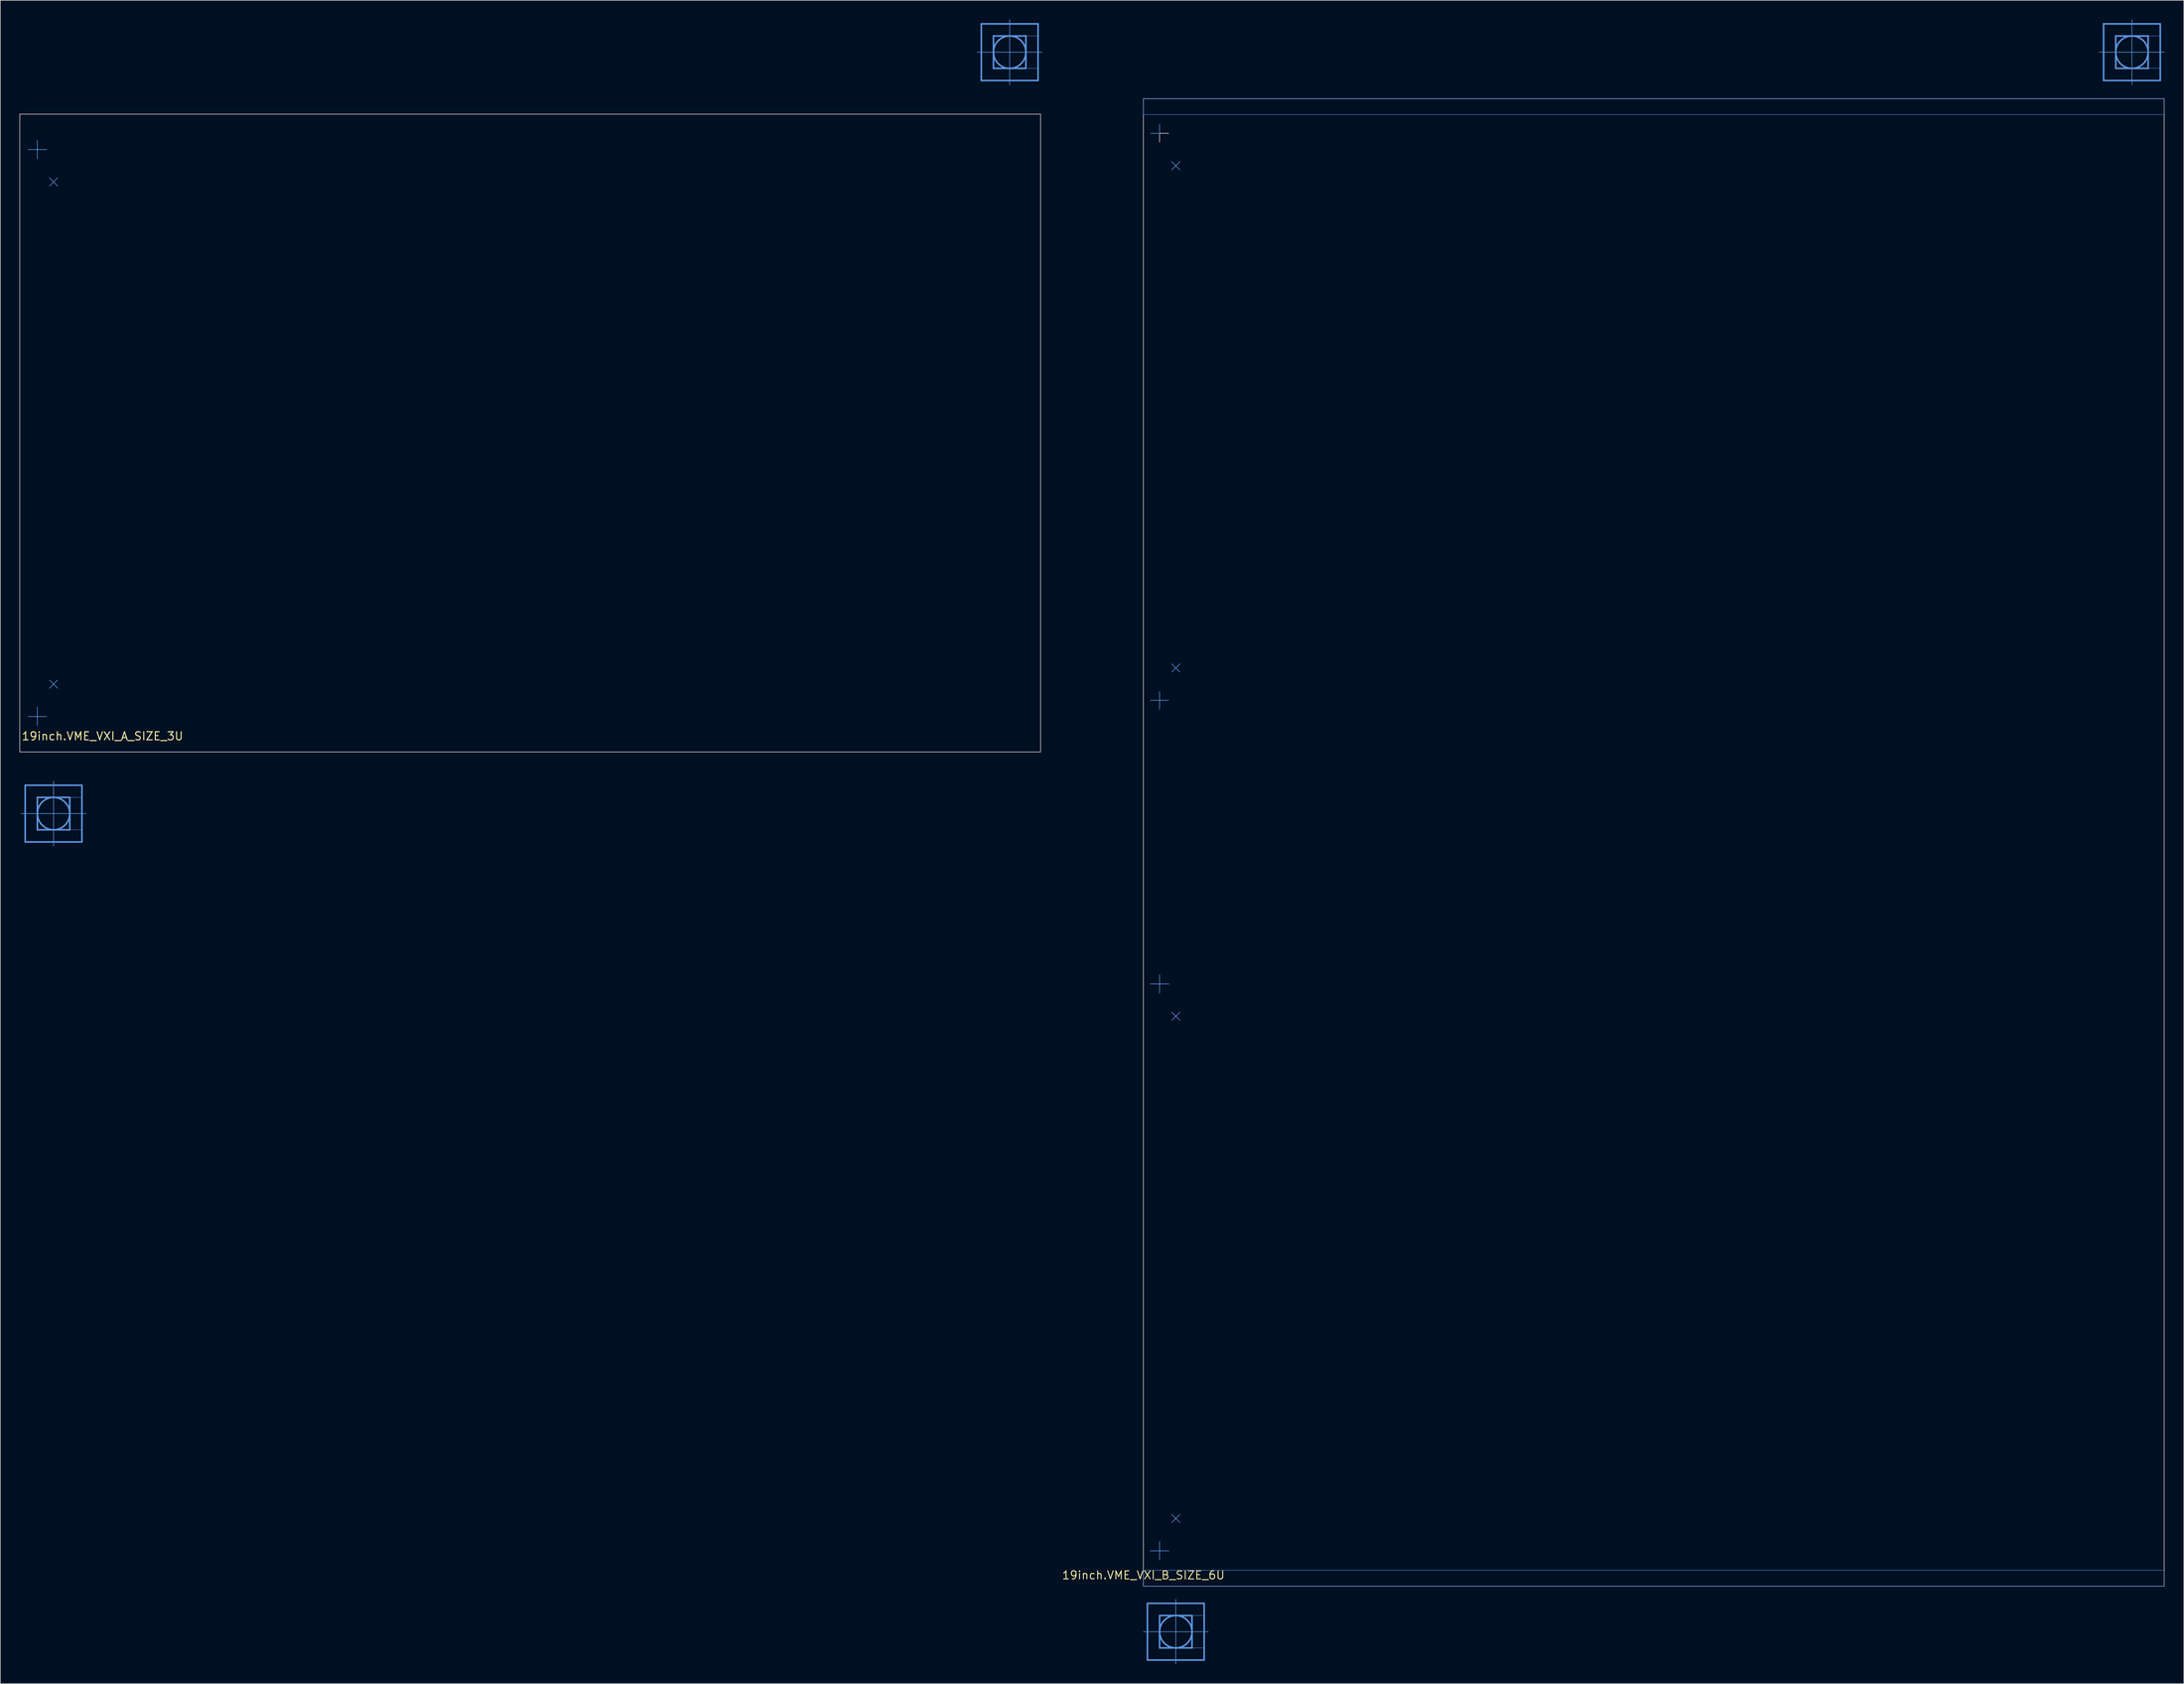
<source format=kicad_pcb>
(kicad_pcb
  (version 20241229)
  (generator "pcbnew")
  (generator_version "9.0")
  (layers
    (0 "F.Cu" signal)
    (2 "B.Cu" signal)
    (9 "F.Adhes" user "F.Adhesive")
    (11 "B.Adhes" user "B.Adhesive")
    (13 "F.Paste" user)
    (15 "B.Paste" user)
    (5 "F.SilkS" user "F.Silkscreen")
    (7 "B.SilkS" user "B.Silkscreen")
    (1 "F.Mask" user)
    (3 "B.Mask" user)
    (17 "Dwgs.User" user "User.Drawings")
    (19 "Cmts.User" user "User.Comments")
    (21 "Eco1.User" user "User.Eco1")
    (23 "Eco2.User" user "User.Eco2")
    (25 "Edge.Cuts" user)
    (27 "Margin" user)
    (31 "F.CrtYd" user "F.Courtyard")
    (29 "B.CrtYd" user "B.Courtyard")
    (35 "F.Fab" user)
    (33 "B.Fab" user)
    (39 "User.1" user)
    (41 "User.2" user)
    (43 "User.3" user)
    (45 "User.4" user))
  (footprint "19inch.VME_VXI_B_SIZE_6U"
    (layer "F.Cu")
    (at 176.164 243.916)
    (property "Reference" "19inch.VME_VXI_B_SIZE_6U" (at 0 0 0) (layer "F.SilkS") (effects (font (size 1.27 1.27) (thickness 0.15))))
    (fp_line (start 0 8.865) (end 0.635 8.865) (stroke (width 0.102) (type default)) (layer "Cmts.User"))
    (fp_line (start 0.635 4.42) (end 9.525 4.42) (stroke (width 0.254) (type default)) (layer "Cmts.User"))
    (fp_line (start 0.635 8.865) (end 0.635 4.42) (stroke (width 0.254) (type default)) (layer "Cmts.User"))
    (fp_line (start 0.635 8.865) (end 10.16 8.865) (stroke (width 0.102) (type default)) (layer "Cmts.User"))
    (fp_line (start 0.635 13.31) (end 0.635 8.865) (stroke (width 0.254) (type default)) (layer "Cmts.User"))
    (fp_line (start 2.534 -226.06) (end 1.137 -226.06) (stroke (width 0.1) (type default)) (layer "Cmts.User"))
    (fp_line (start 2.534 -226.06) (end 2.534 -227.457) (stroke (width 0.1) (type default)) (layer "Cmts.User"))
    (fp_line (start 2.534 -137.16) (end 1.137 -137.16) (stroke (width 0.1) (type default)) (layer "Cmts.User"))
    (fp_line (start 2.534 -137.16) (end 2.534 -138.557) (stroke (width 0.1) (type default)) (layer "Cmts.User"))
    (fp_line (start 2.534 -137.16) (end 2.534 -135.774) (stroke (width 0.1) (type default)) (layer "Cmts.User"))
    (fp_line (start 2.534 -137.16) (end 3.948 -137.16) (stroke (width 0.1) (type default)) (layer "Cmts.User"))
    (fp_line (start 2.534 -92.71) (end 1.087 -92.71) (stroke (width 0.1) (type default)) (layer "Cmts.User"))
    (fp_line (start 2.534 -92.71) (end 2.534 -94.157) (stroke (width 0.1) (type default)) (layer "Cmts.User"))
    (fp_line (start 2.534 -92.71) (end 2.534 -91.274) (stroke (width 0.1) (type default)) (layer "Cmts.User"))
    (fp_line (start 2.534 -92.71) (end 3.998 -92.71) (stroke (width 0.1) (type default)) (layer "Cmts.User"))
    (fp_line (start 2.534 -3.81) (end 1.087 -3.81) (stroke (width 0.1) (type default)) (layer "Cmts.User"))
    (fp_line (start 2.534 -3.81) (end 2.534 -5.274) (stroke (width 0.1) (type default)) (layer "Cmts.User"))
    (fp_line (start 2.534 -3.81) (end 2.534 -2.374) (stroke (width 0.1) (type default)) (layer "Cmts.User"))
    (fp_line (start 2.534 -3.81) (end 3.992 -3.81) (stroke (width 0.1) (type default)) (layer "Cmts.User"))
    (fp_line (start 2.54 6.325) (end 2.54 11.405) (stroke (width 0.254) (type default)) (layer "Cmts.User"))
    (fp_line (start 2.54 11.405) (end 7.62 11.405) (stroke (width 0.254) (type default)) (layer "Cmts.User"))
    (fp_line (start 4.445 -221.615) (end 5.715 -220.345) (stroke (width 0.1) (type default)) (layer "Cmts.User"))
    (fp_line (start 4.445 -220.345) (end 5.715 -221.615) (stroke (width 0.1) (type default)) (layer "Cmts.User"))
    (fp_line (start 4.445 -142.875) (end 5.715 -141.605) (stroke (width 0.1) (type default)) (layer "Cmts.User"))
    (fp_line (start 4.445 -141.605) (end 5.715 -142.875) (stroke (width 0.1) (type default)) (layer "Cmts.User"))
    (fp_line (start 4.445 -88.265) (end 5.715 -86.995) (stroke (width 0.1) (type default)) (layer "Cmts.User"))
    (fp_line (start 4.445 -86.995) (end 5.715 -88.265) (stroke (width 0.1) (type default)) (layer "Cmts.User"))
    (fp_line (start 4.445 -9.525) (end 5.715 -8.255) (stroke (width 0.1) (type default)) (layer "Cmts.User"))
    (fp_line (start 4.445 -8.255) (end 5.715 -9.525) (stroke (width 0.1) (type default)) (layer "Cmts.User"))
    (fp_line (start 5.08 13.945) (end 5.08 3.785) (stroke (width 0.102) (type default)) (layer "Cmts.User"))
    (fp_line (start 7.62 6.325) (end 2.54 6.325) (stroke (width 0.254) (type default)) (layer "Cmts.User"))
    (fp_line (start 7.62 11.405) (end 7.62 6.325) (stroke (width 0.254) (type default)) (layer "Cmts.User"))
    (fp_line (start 9.525 4.42) (end 9.525 13.31) (stroke (width 0.254) (type default)) (layer "Cmts.User"))
    (fp_line (start 9.525 13.31) (end 0.635 13.31) (stroke (width 0.254) (type default)) (layer "Cmts.User"))
    (fp_line (start 149.86 -238.785) (end 150.495 -238.785) (stroke (width 0.102) (type default)) (layer "Cmts.User"))
    (fp_line (start 150.495 -243.23) (end 159.385 -243.23) (stroke (width 0.254) (type default)) (layer "Cmts.User"))
    (fp_line (start 150.495 -238.785) (end 150.495 -243.23) (stroke (width 0.254) (type default)) (layer "Cmts.User"))
    (fp_line (start 150.495 -238.785) (end 160.02 -238.785) (stroke (width 0.102) (type default)) (layer "Cmts.User"))
    (fp_line (start 150.495 -234.34) (end 150.495 -238.785) (stroke (width 0.254) (type default)) (layer "Cmts.User"))
    (fp_line (start 152.4 -241.325) (end 152.4 -236.245) (stroke (width 0.254) (type default)) (layer "Cmts.User"))
    (fp_line (start 152.4 -236.245) (end 157.48 -236.245) (stroke (width 0.254) (type default)) (layer "Cmts.User"))
    (fp_line (start 154.94 -233.705) (end 154.94 -243.865) (stroke (width 0.102) (type default)) (layer "Cmts.User"))
    (fp_line (start 157.48 -241.325) (end 152.4 -241.325) (stroke (width 0.254) (type default)) (layer "Cmts.User"))
    (fp_line (start 157.48 -236.245) (end 157.48 -241.325) (stroke (width 0.254) (type default)) (layer "Cmts.User"))
    (fp_line (start 159.385 -243.23) (end 159.385 -234.34) (stroke (width 0.254) (type default)) (layer "Cmts.User"))
    (fp_line (start 159.385 -234.34) (end 150.495 -234.34) (stroke (width 0.254) (type default)) (layer "Cmts.User"))
    (fp_rect (start -0.006 -228.996) (end 159.994 -231.496) (stroke (width 0.05) (type default)) (fill no) (layer "Cmts.User"))
    (fp_rect (start -0.006 -228.996) (end 159.994 -231.496) (stroke (width 0.05) (type default)) (fill no) (layer "Cmts.User"))
    (fp_rect (start -0.006 1.727) (end 159.994 -0.773) (stroke (width 0.05) (type default)) (fill no) (layer "Cmts.User"))
    (fp_rect (start -0.006 1.727) (end 159.994 -0.773) (stroke (width 0.05) (type default)) (fill no) (layer "Cmts.User"))
    (fp_rect (start 5.08 6.325) (end 9.525 4.42) (stroke (width 0.05) (type default)) (fill no) (layer "Cmts.User"))
    (fp_rect (start 5.08 13.31) (end 9.525 11.405) (stroke (width 0.05) (type default)) (fill no) (layer "Cmts.User"))
    (fp_rect (start 7.62 11.405) (end 9.525 6.325) (stroke (width 0.05) (type default)) (fill no) (layer "Cmts.User"))
    (fp_rect (start 154.94 -241.325) (end 159.385 -243.23) (stroke (width 0.05) (type default)) (fill no) (layer "Cmts.User"))
    (fp_rect (start 154.94 -234.34) (end 159.385 -236.245) (stroke (width 0.05) (type default)) (fill no) (layer "Cmts.User"))
    (fp_rect (start 157.48 -236.245) (end 159.385 -241.325) (stroke (width 0.05) (type default)) (fill no) (layer "Cmts.User"))
    (fp_circle (center 2.534 -226.06) (end 3.931 -226.06) (stroke (width 0.001) (type default)) (fill no) (layer "Cmts.User"))
    (fp_circle (center 2.534 -137.16) (end 3.931 -137.16) (stroke (width 0.001) (type default)) (fill no) (layer "Cmts.User"))
    (fp_circle (center 2.534 -92.71) (end 3.931 -92.71) (stroke (width 0.001) (type default)) (fill no) (layer "Cmts.User"))
    (fp_circle (center 2.534 -3.81) (end 3.931 -3.81) (stroke (width 0.001) (type default)) (fill no) (layer "Cmts.User"))
    (fp_circle (center 5.08 8.865) (end 7.62 8.865) (stroke (width 0.254) (type default)) (fill no) (layer "Cmts.User"))
    (fp_circle (center 154.94 -238.785) (end 157.48 -238.785) (stroke (width 0.254) (type default)) (fill no) (layer "Cmts.User"))
    (fp_line (start -0.006 -231.496) (end -0.006 1.727) (stroke (width 0.1) (type default)) (layer "Edge.Cuts"))
    (fp_line (start -0.006 1.727) (end 159.994 1.727) (stroke (width 0.1) (type default)) (layer "Edge.Cuts"))
    (fp_line (start 2.534 -226.06) (end 2.534 -224.674) (stroke (width 0.1) (type default)) (layer "Edge.Cuts"))
    (fp_line (start 2.534 -226.06) (end 3.948 -226.06) (stroke (width 0.1) (type default)) (layer "Edge.Cuts"))
    (fp_line (start 159.994 -231.496) (end -0.006 -231.496) (stroke (width 0.1) (type default)) (layer "Edge.Cuts"))
    (fp_line (start 159.994 -231.496) (end 159.994 1.727) (stroke (width 0.1) (type default)) (layer "Edge.Cuts")))
  (footprint "19inch.VME_VXI_A_SIZE_3U"
    (layer "F.Cu")
    (at 0.265 115.646)
    (property "Reference" "19inch.VME_VXI_A_SIZE_3U" (at 0 -2.54 0) (layer "F.SilkS") (effects (font (size 1.27 1.27) (thickness 0.16)) (justify left bottom)))
    (fp_line (start 0 8.865) (end 0.635 8.865) (stroke (width 0.102) (type default)) (layer "Cmts.User"))
    (fp_line (start 0.635 4.42) (end 9.525 4.42) (stroke (width 0.254) (type default)) (layer "Cmts.User"))
    (fp_line (start 0.635 8.865) (end 0.635 4.42) (stroke (width 0.254) (type default)) (layer "Cmts.User"))
    (fp_line (start 0.635 8.865) (end 10.16 8.865) (stroke (width 0.102) (type default)) (layer "Cmts.User"))
    (fp_line (start 0.635 13.31) (end 0.635 8.865) (stroke (width 0.254) (type default)) (layer "Cmts.User"))
    (fp_line (start 2.534 -95.25) (end 1.087 -95.25) (stroke (width 0.1) (type default)) (layer "Cmts.User"))
    (fp_line (start 2.534 -95.25) (end 2.534 -96.697) (stroke (width 0.1) (type default)) (layer "Cmts.User"))
    (fp_line (start 2.534 -95.25) (end 2.534 -93.814) (stroke (width 0.1) (type default)) (layer "Cmts.User"))
    (fp_line (start 2.534 -95.25) (end 3.998 -95.25) (stroke (width 0.1) (type default)) (layer "Cmts.User"))
    (fp_line (start 2.534 -6.35) (end 1.087 -6.35) (stroke (width 0.1) (type default)) (layer "Cmts.User"))
    (fp_line (start 2.534 -6.35) (end 2.534 -7.814) (stroke (width 0.1) (type default)) (layer "Cmts.User"))
    (fp_line (start 2.534 -6.35) (end 2.534 -4.914) (stroke (width 0.1) (type default)) (layer "Cmts.User"))
    (fp_line (start 2.534 -6.35) (end 3.992 -6.35) (stroke (width 0.1) (type default)) (layer "Cmts.User"))
    (fp_line (start 2.54 6.325) (end 2.54 11.405) (stroke (width 0.254) (type default)) (layer "Cmts.User"))
    (fp_line (start 2.54 11.405) (end 7.62 11.405) (stroke (width 0.254) (type default)) (layer "Cmts.User"))
    (fp_line (start 4.445 -90.805) (end 5.715 -89.535) (stroke (width 0.1) (type default)) (layer "Cmts.User"))
    (fp_line (start 4.445 -89.535) (end 5.715 -90.805) (stroke (width 0.1) (type default)) (layer "Cmts.User"))
    (fp_line (start 4.445 -12.065) (end 5.715 -10.795) (stroke (width 0.1) (type default)) (layer "Cmts.User"))
    (fp_line (start 4.445 -10.795) (end 5.715 -12.065) (stroke (width 0.1) (type default)) (layer "Cmts.User"))
    (fp_line (start 5.08 13.945) (end 5.08 3.785) (stroke (width 0.102) (type default)) (layer "Cmts.User"))
    (fp_line (start 7.62 6.325) (end 2.54 6.325) (stroke (width 0.254) (type default)) (layer "Cmts.User"))
    (fp_line (start 7.62 11.405) (end 7.62 6.325) (stroke (width 0.254) (type default)) (layer "Cmts.User"))
    (fp_line (start 9.525 4.42) (end 9.525 13.31) (stroke (width 0.254) (type default)) (layer "Cmts.User"))
    (fp_line (start 9.525 13.31) (end 0.635 13.31) (stroke (width 0.254) (type default)) (layer "Cmts.User"))
    (fp_line (start 149.86 -110.515) (end 150.495 -110.515) (stroke (width 0.102) (type default)) (layer "Cmts.User"))
    (fp_line (start 150.495 -114.96) (end 159.385 -114.96) (stroke (width 0.254) (type default)) (layer "Cmts.User"))
    (fp_line (start 150.495 -110.515) (end 150.495 -114.96) (stroke (width 0.254) (type default)) (layer "Cmts.User"))
    (fp_line (start 150.495 -110.515) (end 160.02 -110.515) (stroke (width 0.102) (type default)) (layer "Cmts.User"))
    (fp_line (start 150.495 -106.07) (end 150.495 -110.515) (stroke (width 0.254) (type default)) (layer "Cmts.User"))
    (fp_line (start 152.4 -113.055) (end 152.4 -107.975) (stroke (width 0.254) (type default)) (layer "Cmts.User"))
    (fp_line (start 152.4 -107.975) (end 157.48 -107.975) (stroke (width 0.254) (type default)) (layer "Cmts.User"))
    (fp_line (start 154.94 -105.435) (end 154.94 -115.595) (stroke (width 0.102) (type default)) (layer "Cmts.User"))
    (fp_line (start 157.48 -113.055) (end 152.4 -113.055) (stroke (width 0.254) (type default)) (layer "Cmts.User"))
    (fp_line (start 157.48 -107.975) (end 157.48 -113.055) (stroke (width 0.254) (type default)) (layer "Cmts.User"))
    (fp_line (start 159.385 -114.96) (end 159.385 -106.07) (stroke (width 0.254) (type default)) (layer "Cmts.User"))
    (fp_line (start 159.385 -106.07) (end 150.495 -106.07) (stroke (width 0.254) (type default)) (layer "Cmts.User"))
    (fp_rect (start 5.08 6.325) (end 9.525 4.42) (stroke (width 0.05) (type default)) (fill no) (layer "Cmts.User"))
    (fp_rect (start 5.08 13.31) (end 9.525 11.405) (stroke (width 0.05) (type default)) (fill no) (layer "Cmts.User"))
    (fp_rect (start 7.62 11.405) (end 9.525 6.325) (stroke (width 0.05) (type default)) (fill no) (layer "Cmts.User"))
    (fp_rect (start 154.94 -113.055) (end 159.385 -114.96) (stroke (width 0.05) (type default)) (fill no) (layer "Cmts.User"))
    (fp_rect (start 154.94 -106.07) (end 159.385 -107.975) (stroke (width 0.05) (type default)) (fill no) (layer "Cmts.User"))
    (fp_rect (start 157.48 -107.975) (end 159.385 -113.055) (stroke (width 0.05) (type default)) (fill no) (layer "Cmts.User"))
    (fp_circle (center 2.534 -95.25) (end 3.931 -95.25) (stroke (width 0.001) (type default)) (fill no) (layer "Cmts.User"))
    (fp_circle (center 2.534 -6.35) (end 3.931 -6.35) (stroke (width 0.001) (type default)) (fill no) (layer "Cmts.User"))
    (fp_circle (center 5.08 8.865) (end 7.62 8.865) (stroke (width 0.254) (type default)) (fill no) (layer "Cmts.User"))
    (fp_circle (center 154.94 -110.515) (end 157.48 -110.515) (stroke (width 0.254) (type default)) (fill no) (layer "Cmts.User"))
    (fp_line (start -0.215 -100.8) (end -0.215 -0.8) (stroke (width 0.1) (type default)) (layer "Edge.Cuts"))
    (fp_line (start -0.215 -0.8) (end 159.785 -0.8) (stroke (width 0.1) (type default)) (layer "Edge.Cuts"))
    (fp_line (start 159.785 -100.8) (end -0.215 -100.8) (stroke (width 0.1) (type default)) (layer "Edge.Cuts"))
    (fp_line (start 159.785 -100.8) (end 159.785 -0.8) (stroke (width 0.1) (type default)) (layer "Edge.Cuts")))
  (gr_rect
    (start -3 -3)
    (end 339.235 260.912)
    (stroke (width 0.1) (type default))
    (fill no)
    (layer "Edge.Cuts")))
</source>
